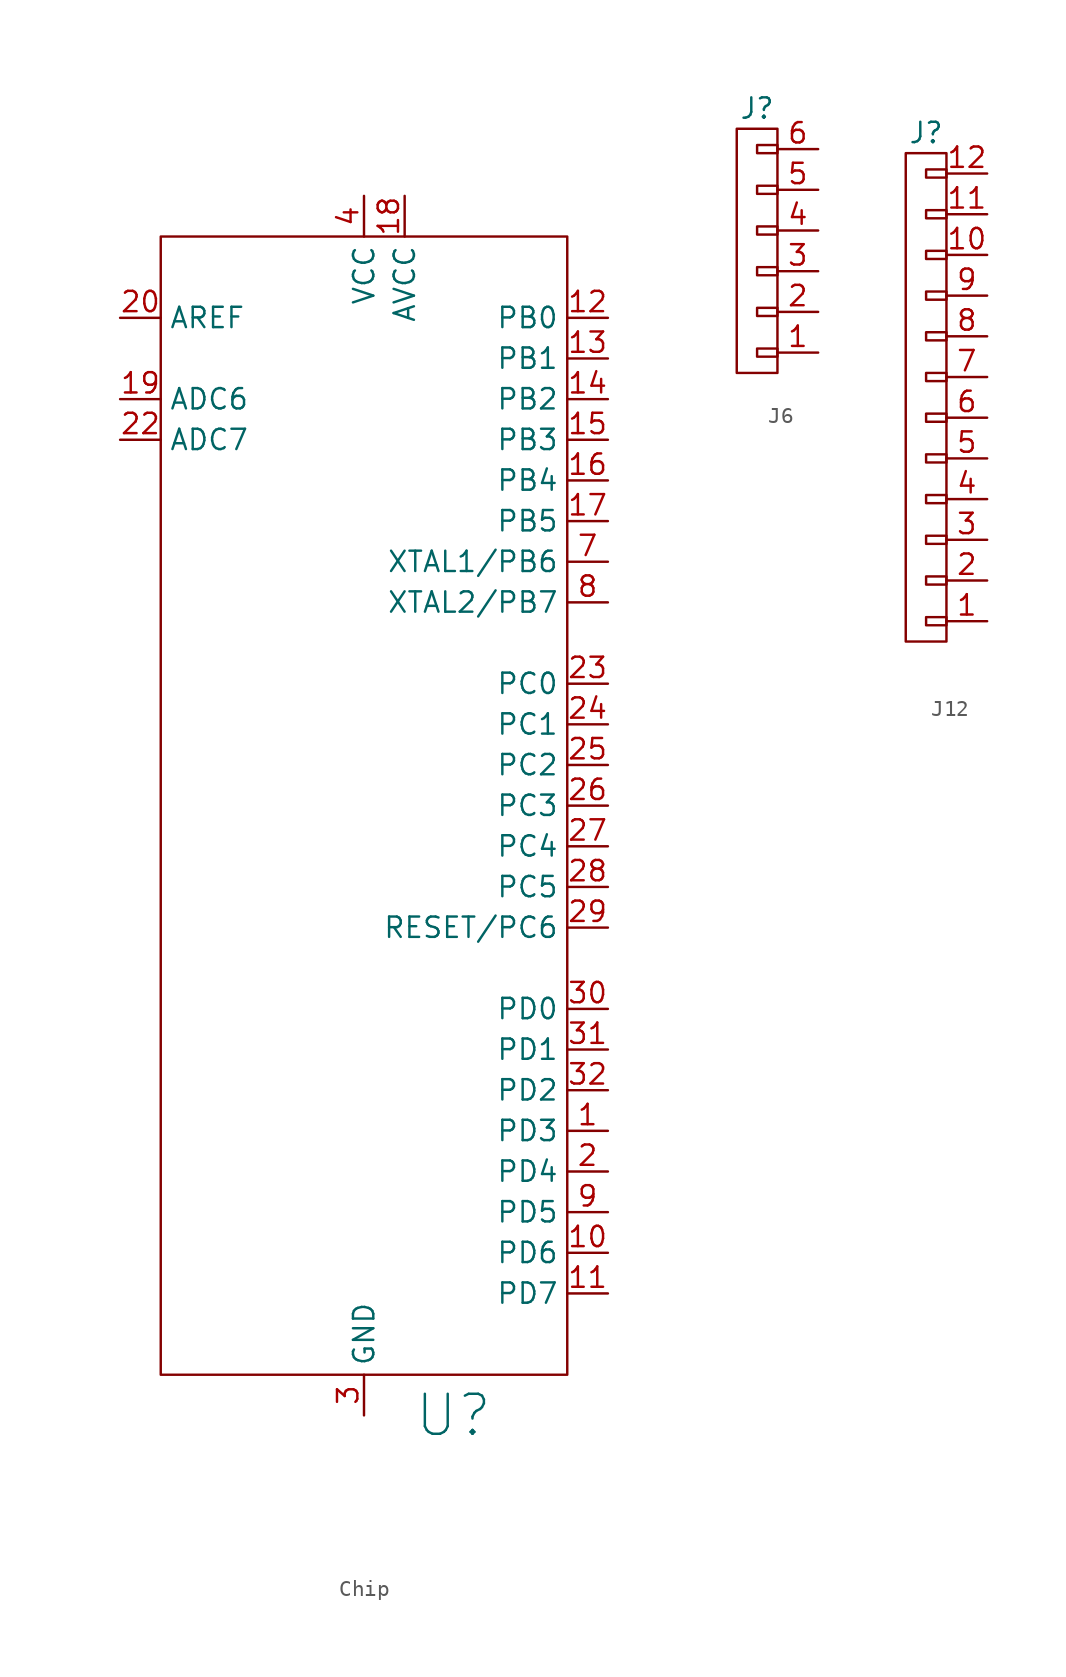
<source format=kicad_sym>
(kicad_symbol_lib
  (version 20241209)
  (generator "kicad_symbol_editor")
  (generator_version "9.0")
  (symbol "Chip"
    (property "Reference" "U"
      (at 4.318 -38.1 0)
      (effects (font (size 2.5 2.5))))
    (property "Value" ""
      (at 0 0 0)
      (effects (font (size 1.27 1.27))))
    (symbol "Chip_0_1"
      (rectangle (start -13.97 35.56) (end 11.43 -35.56) (stroke (width 0) (type default)) (fill (type none))))
    (symbol "Chip_1_1"
      (pin passive line (at -16.51 30.48 0) (length 2.54) (name "AREF" (effects (font (size 1.27 1.27)))) (number "20" (effects (font (size 1.27 1.27)))))
      (pin input line (at -16.51 25.4 0) (length 2.54) (name "ADC6" (effects (font (size 1.27 1.27)))) (number "19" (effects (font (size 1.27 1.27)))))
      (pin input line (at -16.51 22.86 0) (length 2.54) (name "ADC7" (effects (font (size 1.27 1.27)))) (number "22" (effects (font (size 1.27 1.27)))))
      (pin no_connect line (at -16.51 -10.16 0) (length 2.54) (hide yes) (name "" (effects (font (size 1.27 1.27)))) (number "21" (effects (font (size 1.27 1.27)))))
      (pin no_connect line (at -16.51 -12.7 0) (length 2.54) (hide yes) (name "" (effects (font (size 1.27 1.27)))) (number "6" (effects (font (size 1.27 1.27)))))
      (pin no_connect line (at -16.51 -15.24 0) (length 2.54) (hide yes) (name "" (effects (font (size 1.27 1.27)))) (number "5" (effects (font (size 1.27 1.27)))))
      (pin power_in line (at -1.27 38.1 270) (length 2.54) (name "VCC" (effects (font (size 1.27 1.27)))) (number "4" (effects (font (size 1.27 1.27)))))
      (pin power_in line (at -1.27 -38.1 90) (length 2.54) (name "GND" (effects (font (size 1.27 1.27)))) (number "3" (effects (font (size 1.27 1.27)))))
      (pin power_in line (at 1.27 38.1 270) (length 2.54) (name "AVCC" (effects (font (size 1.27 1.27)))) (number "18" (effects (font (size 1.27 1.27)))))
      (pin bidirectional line (at 13.97 30.48 180) (length 2.54) (name "PB0" (effects (font (size 1.27 1.27)))) (number "12" (effects (font (size 1.27 1.27)))))
      (pin bidirectional line (at 13.97 27.94 180) (length 2.54) (name "PB1" (effects (font (size 1.27 1.27)))) (number "13" (effects (font (size 1.27 1.27)))))
      (pin bidirectional line (at 13.97 25.4 180) (length 2.54) (name "PB2" (effects (font (size 1.27 1.27)))) (number "14" (effects (font (size 1.27 1.27)))))
      (pin bidirectional line (at 13.97 22.86 180) (length 2.54) (name "PB3" (effects (font (size 1.27 1.27)))) (number "15" (effects (font (size 1.27 1.27)))))
      (pin bidirectional line (at 13.97 20.32 180) (length 2.54) (name "PB4" (effects (font (size 1.27 1.27)))) (number "16" (effects (font (size 1.27 1.27)))))
      (pin bidirectional line (at 13.97 17.78 180) (length 2.54) (name "PB5" (effects (font (size 1.27 1.27)))) (number "17" (effects (font (size 1.27 1.27)))))
      (pin bidirectional line (at 13.97 15.24 180) (length 2.54) (name "XTAL1/PB6" (effects (font (size 1.27 1.27)))) (number "7" (effects (font (size 1.27 1.27)))))
      (pin bidirectional line (at 13.97 12.7 180) (length 2.54) (name "XTAL2/PB7" (effects (font (size 1.27 1.27)))) (number "8" (effects (font (size 1.27 1.27)))))
      (pin bidirectional line (at 13.97 7.62 180) (length 2.54) (name "PC0" (effects (font (size 1.27 1.27)))) (number "23" (effects (font (size 1.27 1.27)))))
      (pin bidirectional line (at 13.97 5.08 180) (length 2.54) (name "PC1" (effects (font (size 1.27 1.27)))) (number "24" (effects (font (size 1.27 1.27)))))
      (pin bidirectional line (at 13.97 2.54 180) (length 2.54) (name "PC2" (effects (font (size 1.27 1.27)))) (number "25" (effects (font (size 1.27 1.27)))))
      (pin bidirectional line (at 13.97 0 180) (length 2.54) (name "PC3" (effects (font (size 1.27 1.27)))) (number "26" (effects (font (size 1.27 1.27)))))
      (pin bidirectional line (at 13.97 -2.54 180) (length 2.54) (name "PC4" (effects (font (size 1.27 1.27)))) (number "27" (effects (font (size 1.27 1.27)))))
      (pin bidirectional line (at 13.97 -5.08 180) (length 2.54) (name "PC5" (effects (font (size 1.27 1.27)))) (number "28" (effects (font (size 1.27 1.27)))))
      (pin bidirectional line (at 13.97 -7.62 180) (length 2.54) (name "RESET/PC6" (effects (font (size 1.27 1.27)))) (number "29" (effects (font (size 1.27 1.27)))))
      (pin bidirectional line (at 13.97 -12.7 180) (length 2.54) (name "PD0" (effects (font (size 1.27 1.27)))) (number "30" (effects (font (size 1.27 1.27)))))
      (pin bidirectional line (at 13.97 -15.24 180) (length 2.54) (name "PD1" (effects (font (size 1.27 1.27)))) (number "31" (effects (font (size 1.27 1.27)))))
      (pin bidirectional line (at 13.97 -17.78 180) (length 2.54) (name "PD2" (effects (font (size 1.27 1.27)))) (number "32" (effects (font (size 1.27 1.27)))))
      (pin bidirectional line (at 13.97 -20.32 180) (length 2.54) (name "PD3" (effects (font (size 1.27 1.27)))) (number "1" (effects (font (size 1.27 1.27)))))
      (pin bidirectional line (at 13.97 -22.86 180) (length 2.54) (name "PD4" (effects (font (size 1.27 1.27)))) (number "2" (effects (font (size 1.27 1.27)))))
      (pin bidirectional line (at 13.97 -25.4 180) (length 2.54) (name "PD5" (effects (font (size 1.27 1.27)))) (number "9" (effects (font (size 1.27 1.27)))))
      (pin bidirectional line (at 13.97 -27.94 180) (length 2.54) (name "PD6" (effects (font (size 1.27 1.27)))) (number "10" (effects (font (size 1.27 1.27)))))
      (pin bidirectional line (at 13.97 -30.48 180) (length 2.54) (name "PD7" (effects (font (size 1.27 1.27)))) (number "11" (effects (font (size 1.27 1.27)))))))
  (symbol "J6"
    (property "Reference" "J"
      (at 0 8.89 0)
      (effects (font (size 1.27 1.27))))
    (property "Value" ""
      (at 0 0 0)
      (effects (font (size 1.27 1.27))))
    (symbol "J6_0_1"
      (rectangle (start 0 6.604) (end 1.27 6.096) (stroke (width 0) (type default)) (fill (type none)))
      (rectangle (start 0 4.064) (end 1.27 3.556) (stroke (width 0) (type default)) (fill (type none)))
      (rectangle (start 0 1.524) (end 1.27 1.016) (stroke (width 0) (type default)) (fill (type none)))
      (rectangle (start 0 -1.016) (end 1.27 -1.524) (stroke (width 0) (type default)) (fill (type none)))
      (rectangle (start 0 -3.556) (end 1.27 -4.064) (stroke (width 0) (type default)) (fill (type none)))
      (rectangle (start 0 -6.096) (end 1.27 -6.604) (stroke (width 0) (type default)) (fill (type none)))
      (rectangle (start 1.27 7.62) (end -1.27 -7.62) (stroke (width 0) (type default)) (fill (type none))))
    (symbol "J6_1_1"
      (pin passive line (at 3.81 6.35 180) (length 2.54) (name "" (effects (font (size 1.27 1.27)))) (number "6" (effects (font (size 1.27 1.27)))))
      (pin passive line (at 3.81 3.81 180) (length 2.54) (name "" (effects (font (size 1.27 1.27)))) (number "5" (effects (font (size 1.27 1.27)))))
      (pin passive line (at 3.81 1.27 180) (length 2.54) (name "" (effects (font (size 1.27 1.27)))) (number "4" (effects (font (size 1.27 1.27)))))
      (pin passive line (at 3.81 -1.27 180) (length 2.54) (name "" (effects (font (size 1.27 1.27)))) (number "3" (effects (font (size 1.27 1.27)))))
      (pin passive line (at 3.81 -3.81 180) (length 2.54) (name "" (effects (font (size 1.27 1.27)))) (number "2" (effects (font (size 1.27 1.27)))))
      (pin passive line (at 3.81 -6.35 180) (length 2.54) (name "" (effects (font (size 1.27 1.27)))) (number "1" (effects (font (size 1.27 1.27)))))))
  (symbol "J12"
    (property "Reference" "J"
      (at 0 16.51 0)
      (effects (font (size 1.27 1.27))))
    (property "Value" ""
      (at 0 0 0)
      (effects (font (size 1.27 1.27))))
    (symbol "J12_0_1"
      (rectangle (start -1.27 15.24) (end 1.27 -15.24) (stroke (width 0) (type default)) (fill (type none)))
      (rectangle (start 0 14.224) (end 1.27 13.716) (stroke (width 0) (type default)) (fill (type none)))
      (rectangle (start 0 11.684) (end 1.27 11.176) (stroke (width 0) (type default)) (fill (type none)))
      (rectangle (start 0 9.144) (end 1.27 8.636) (stroke (width 0) (type default)) (fill (type none)))
      (rectangle (start 0 6.604) (end 1.27 6.096) (stroke (width 0) (type default)) (fill (type none)))
      (rectangle (start 0 4.064) (end 1.27 3.556) (stroke (width 0) (type default)) (fill (type none)))
      (rectangle (start 0 1.524) (end 1.27 1.016) (stroke (width 0) (type default)) (fill (type none)))
      (rectangle (start 0 -1.016) (end 1.27 -1.524) (stroke (width 0) (type default)) (fill (type none)))
      (rectangle (start 0 -3.556) (end 1.27 -4.064) (stroke (width 0) (type default)) (fill (type none)))
      (rectangle (start 0 -6.096) (end 1.27 -6.604) (stroke (width 0) (type default)) (fill (type none)))
      (rectangle (start 0 -8.636) (end 1.27 -9.144) (stroke (width 0) (type default)) (fill (type none)))
      (rectangle (start 0 -11.176) (end 1.27 -11.684) (stroke (width 0) (type default)) (fill (type none)))
      (rectangle (start 0 -13.716) (end 1.27 -14.224) (stroke (width 0) (type default)) (fill (type none))))
    (symbol "J12_1_1"
      (pin passive line (at 3.81 13.97 180) (length 2.54) (name "" (effects (font (size 1.27 1.27)))) (number "12" (effects (font (size 1.27 1.27)))))
      (pin passive line (at 3.81 11.43 180) (length 2.54) (name "" (effects (font (size 1.27 1.27)))) (number "11" (effects (font (size 1.27 1.27)))))
      (pin passive line (at 3.81 8.89 180) (length 2.54) (name "" (effects (font (size 1.27 1.27)))) (number "10" (effects (font (size 1.27 1.27)))))
      (pin passive line (at 3.81 6.35 180) (length 2.54) (name "" (effects (font (size 1.27 1.27)))) (number "9" (effects (font (size 1.27 1.27)))))
      (pin passive line (at 3.81 3.81 180) (length 2.54) (name "" (effects (font (size 1.27 1.27)))) (number "8" (effects (font (size 1.27 1.27)))))
      (pin passive line (at 3.81 1.27 180) (length 2.54) (name "" (effects (font (size 1.27 1.27)))) (number "7" (effects (font (size 1.27 1.27)))))
      (pin passive line (at 3.81 -1.27 180) (length 2.54) (name "" (effects (font (size 1.27 1.27)))) (number "6" (effects (font (size 1.27 1.27)))))
      (pin passive line (at 3.81 -3.81 180) (length 2.54) (name "" (effects (font (size 1.27 1.27)))) (number "5" (effects (font (size 1.27 1.27)))))
      (pin passive line (at 3.81 -6.35 180) (length 2.54) (name "" (effects (font (size 1.27 1.27)))) (number "4" (effects (font (size 1.27 1.27)))))
      (pin passive line (at 3.81 -8.89 180) (length 2.54) (name "" (effects (font (size 1.27 1.27)))) (number "3" (effects (font (size 1.27 1.27)))))
      (pin passive line (at 3.81 -11.43 180) (length 2.54) (name "" (effects (font (size 1.27 1.27)))) (number "2" (effects (font (size 1.27 1.27)))))
      (pin passive line (at 3.81 -13.97 180) (length 2.54) (name "" (effects (font (size 1.27 1.27)))) (number "1" (effects (font (size 1.27 1.27))))))))
</source>
